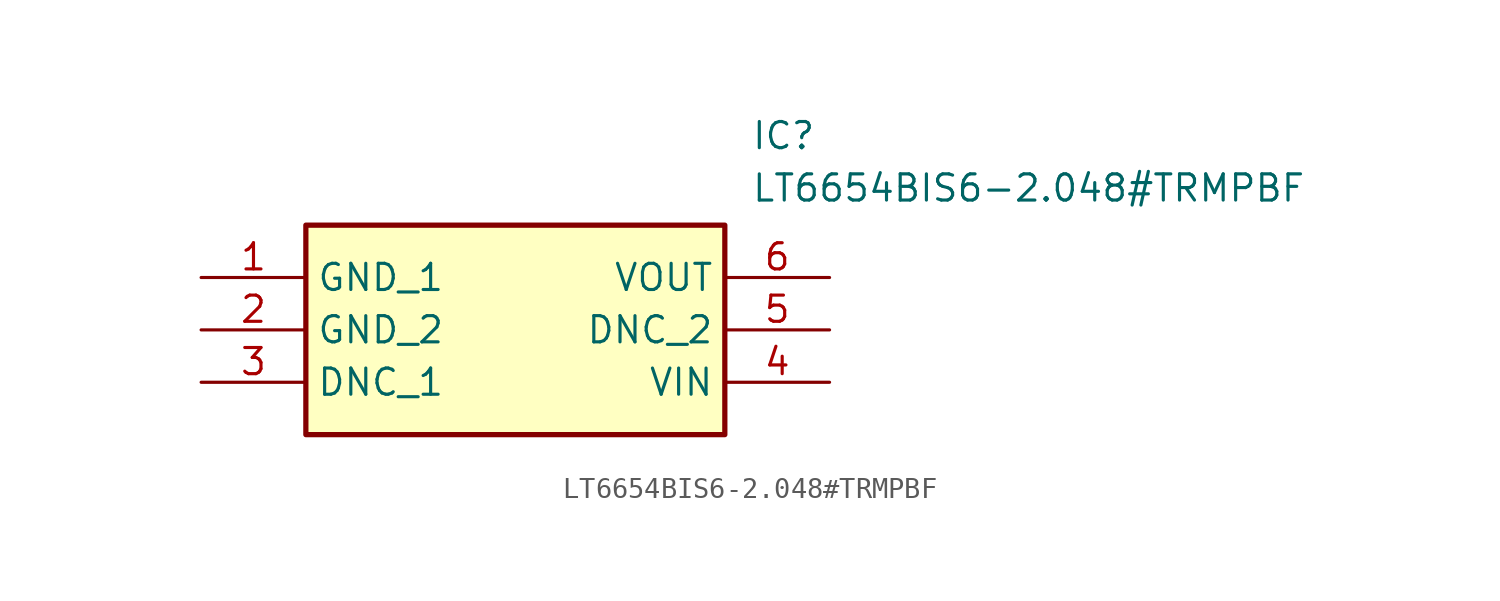
<source format=kicad_sym>
(kicad_symbol_lib
  (version 20211014)
  (generator SamacSys_ECAD_Model)
  (symbol "LT6654BIS6-2.048#TRMPBF"
    (property "Reference" "IC"
      (at 26.67 7.62 0)
      (effects (font (size 1.27 1.27)) (justify left top)))
    (property "Value" "LT6654BIS6-2.048#TRMPBF"
      (at 26.67 5.08 0)
      (effects (font (size 1.27 1.27)) (justify left top)))
    (rectangle
      (start 5.08 2.54)
      (end 25.4 -7.62)
      (stroke (width 0.254) (type default))
      (fill (type background)))
    (pin passive line
      (at 0 0 0)
      (length 5.08)
      (name "GND_1" (effects (font (size 1.27 1.27))))
      (number "1" (effects (font (size 1.27 1.27)))))
    (pin passive line
      (at 0 -2.54 0)
      (length 5.08)
      (name "GND_2" (effects (font (size 1.27 1.27))))
      (number "2" (effects (font (size 1.27 1.27)))))
    (pin passive line
      (at 0 -5.08 0)
      (length 5.08)
      (name "DNC_1" (effects (font (size 1.27 1.27))))
      (number "3" (effects (font (size 1.27 1.27)))))
    (pin passive line
      (at 30.48 0 180)
      (length 5.08)
      (name "VOUT" (effects (font (size 1.27 1.27))))
      (number "6" (effects (font (size 1.27 1.27)))))
    (pin passive line
      (at 30.48 -2.54 180)
      (length 5.08)
      (name "DNC_2" (effects (font (size 1.27 1.27))))
      (number "5" (effects (font (size 1.27 1.27)))))
    (pin passive line
      (at 30.48 -5.08 180)
      (length 5.08)
      (name "VIN" (effects (font (size 1.27 1.27))))
      (number "4" (effects (font (size 1.27 1.27)))))))
</source>
